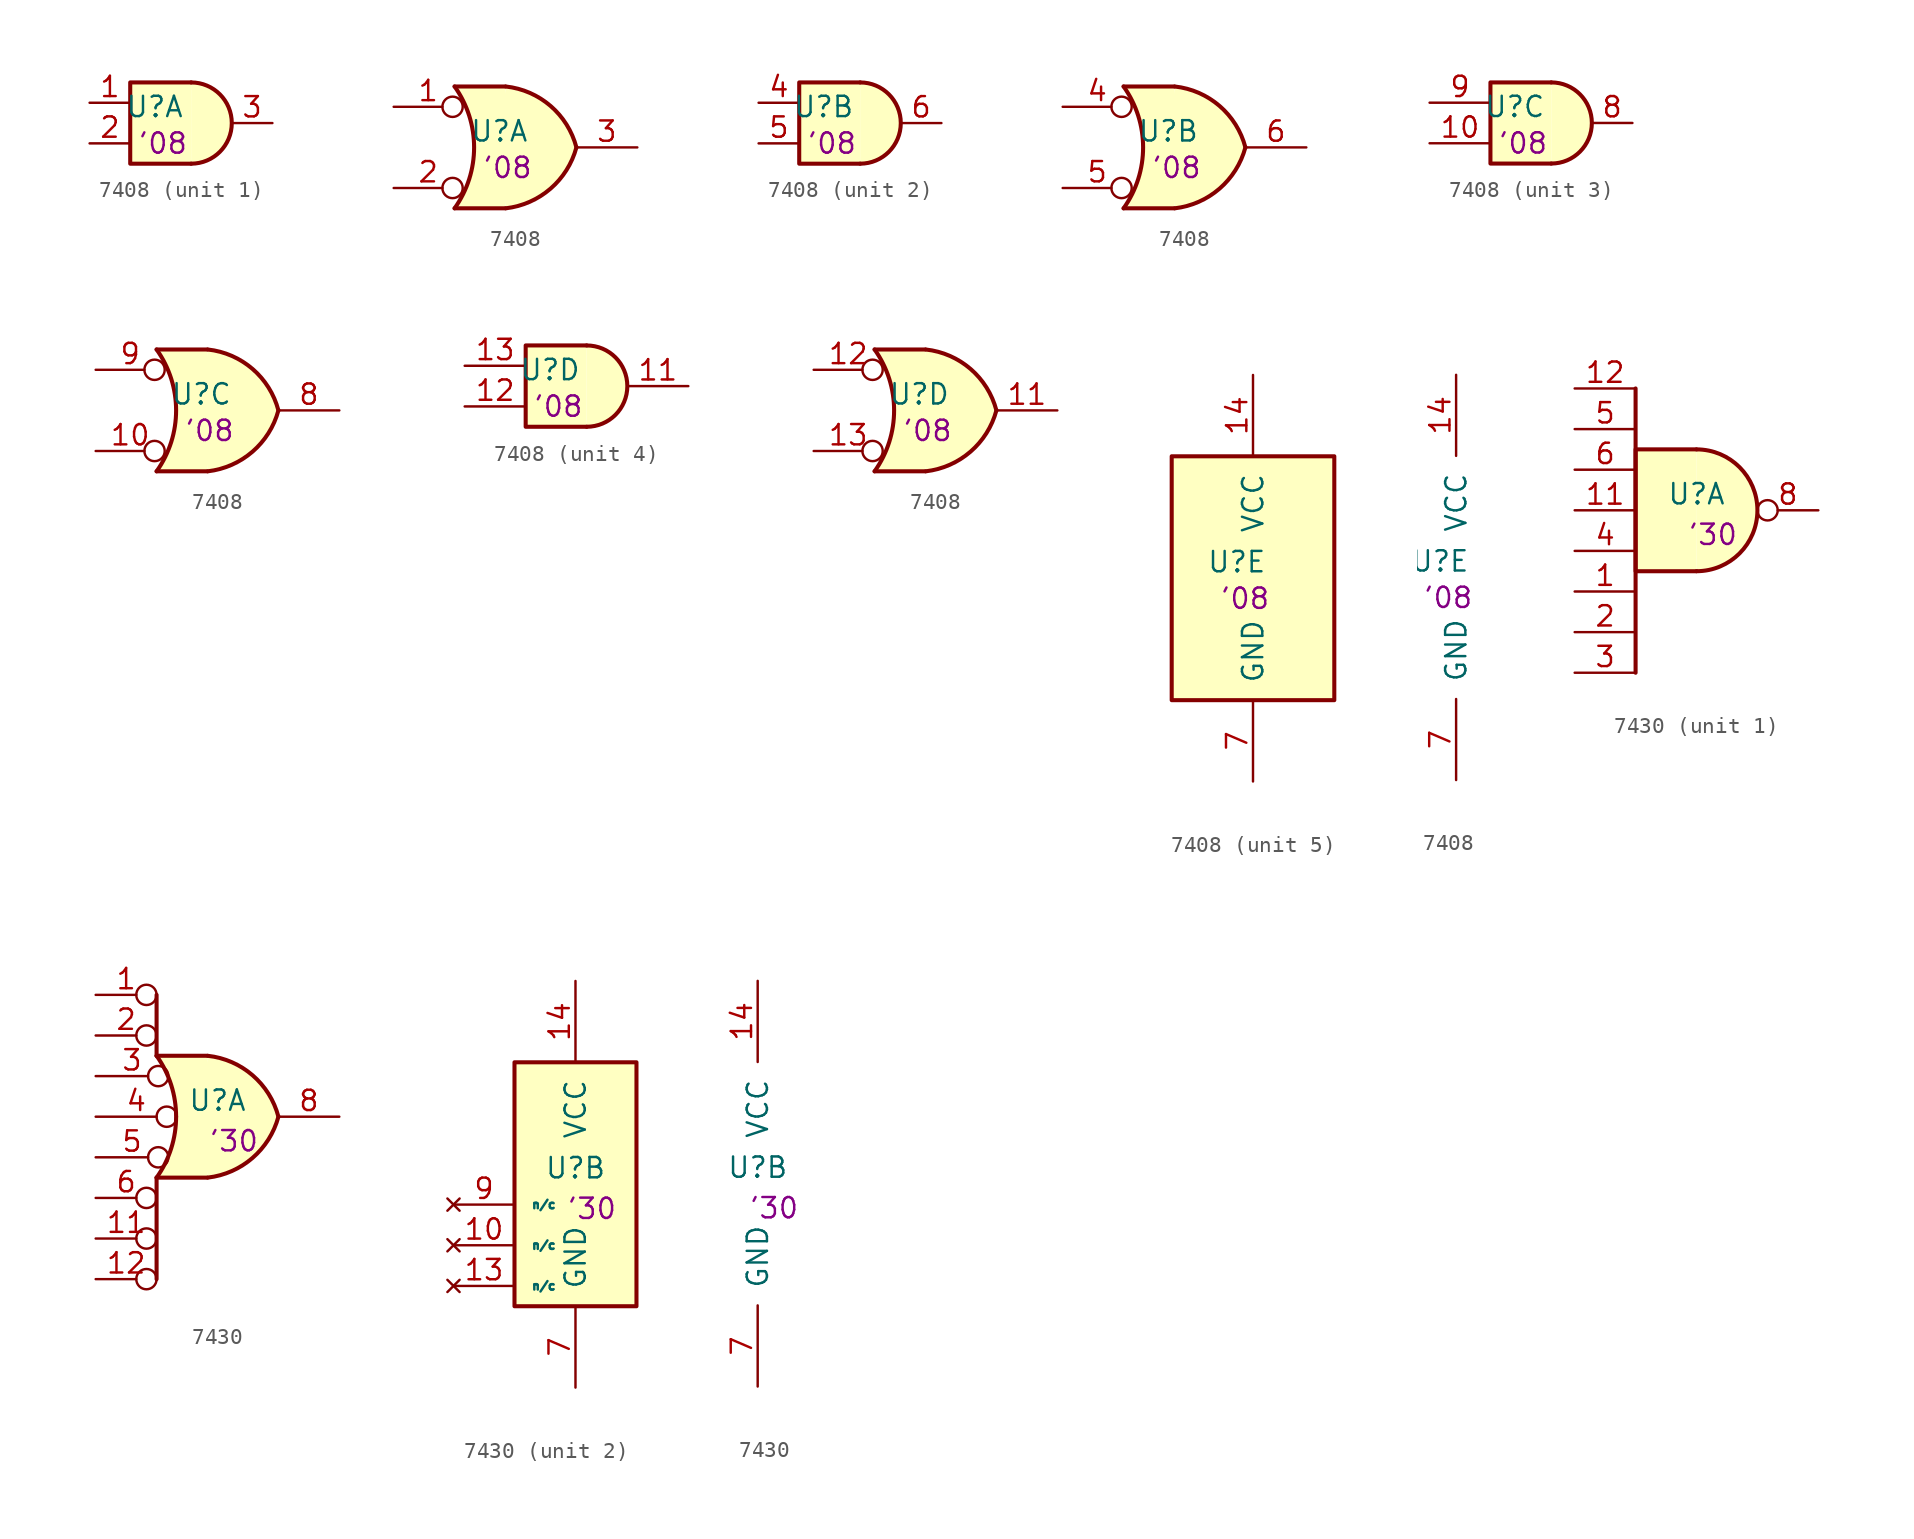
<source format=kicad_sym>
(kicad_symbol_lib
  (version 20241209)
  (generator "kicad_symbol_editor")
  (generator_version "9.0")
  (symbol "7408"
    (pin_names
      (offset 1.016))
    (property "Reference" "U"
      (at -1.016 1.016 0)
      (effects (font (size 1.27 1.27))))
    (property "Val" "'08"
      (at -0.508 -1.27 0)
      (effects (font (size 1.27 1.27))))
    (property "ki_locked" ""
      (at 0 0 0)
      (effects (font (size 1.27 1.27))))
    (symbol "7408_1_1"
      (polyline (pts (xy 1.27 2.54) (xy -2.54 2.54) (xy -2.54 -2.54) (xy 1.27 -2.54)) (stroke (width 0.254) (type default)) (fill (type background)))
      (arc (start 1.27 2.54) (mid 3.81 0) (end 1.27 -2.54) (stroke (width 0.254) (type default)) (fill (type background)))
      (pin input line (at -5.08 1.27 0) (length 2.54) (name "~" (effects (font (size 1.27 1.27)))) (number "1" (effects (font (size 1.27 1.27)))))
      (pin input line (at -5.08 -1.27 0) (length 2.54) (name "~" (effects (font (size 1.27 1.27)))) (number "2" (effects (font (size 1.27 1.27)))))
      (pin output line (at 6.35 0 180) (length 2.54) (name "~" (effects (font (size 1.27 1.27)))) (number "3" (effects (font (size 1.27 1.27))))))
    (symbol "7408_1_2"
      (arc (start -3.81 3.81) (mid -2.589 0) (end -3.81 -3.81) (stroke (width 0.254) (type default)) (fill (type none)))
      (polyline (pts (xy -3.81 3.81) (xy -0.635 3.81)) (stroke (width 0.254) (type default)) (fill (type background)))
      (polyline (pts (xy -3.81 -3.81) (xy -0.635 -3.81)) (stroke (width 0.254) (type default)) (fill (type background)))
      (arc (start 3.81 0) (mid 2.1855 -2.584) (end -0.6096 -3.81) (stroke (width 0.254) (type default)) (fill (type background)))
      (arc (start -0.6096 3.81) (mid 2.1928 2.5924) (end 3.81 0) (stroke (width 0.254) (type default)) (fill (type background)))
      (polyline (pts (xy -0.635 3.81) (xy -3.81 3.81) (xy -3.81 3.81) (xy -3.556 3.404) (xy -3.023 2.261) (xy -2.692 1.041) (xy -2.616 -0.254) (xy -2.769 -1.499) (xy -3.175 -2.718) (xy -3.81 -3.81) (xy -3.81 -3.81) (xy -0.635 -3.81)) (stroke (width -25.4) (type default)) (fill (type background)))
      (pin input inverted (at -7.62 2.54 0) (length 4.318) (name "~" (effects (font (size 1.27 1.27)))) (number "1" (effects (font (size 1.27 1.27)))))
      (pin input inverted (at -7.62 -2.54 0) (length 4.318) (name "~" (effects (font (size 1.27 1.27)))) (number "2" (effects (font (size 1.27 1.27)))))
      (pin output line (at 7.62 0 180) (length 3.81) (name "~" (effects (font (size 1.27 1.27)))) (number "3" (effects (font (size 1.27 1.27))))))
    (symbol "7408_2_1"
      (polyline (pts (xy 1.27 2.54) (xy -2.54 2.54) (xy -2.54 -2.54) (xy 1.27 -2.54)) (stroke (width 0.254) (type default)) (fill (type background)))
      (arc (start 1.27 2.54) (mid 3.81 0) (end 1.27 -2.54) (stroke (width 0.254) (type default)) (fill (type background)))
      (pin input line (at -5.08 1.27 0) (length 2.54) (name "~" (effects (font (size 1.27 1.27)))) (number "4" (effects (font (size 1.27 1.27)))))
      (pin input line (at -5.08 -1.27 0) (length 2.54) (name "~" (effects (font (size 1.27 1.27)))) (number "5" (effects (font (size 1.27 1.27)))))
      (pin output line (at 6.35 0 180) (length 2.54) (name "~" (effects (font (size 1.27 1.27)))) (number "6" (effects (font (size 1.27 1.27))))))
    (symbol "7408_2_2"
      (arc (start -3.81 3.81) (mid -2.589 0) (end -3.81 -3.81) (stroke (width 0.254) (type default)) (fill (type none)))
      (polyline (pts (xy -3.81 3.81) (xy -0.635 3.81)) (stroke (width 0.254) (type default)) (fill (type background)))
      (polyline (pts (xy -3.81 -3.81) (xy -0.635 -3.81)) (stroke (width 0.254) (type default)) (fill (type background)))
      (arc (start 3.81 0) (mid 2.1855 -2.584) (end -0.6096 -3.81) (stroke (width 0.254) (type default)) (fill (type background)))
      (arc (start -0.6096 3.81) (mid 2.1928 2.5924) (end 3.81 0) (stroke (width 0.254) (type default)) (fill (type background)))
      (polyline (pts (xy -0.635 3.81) (xy -3.81 3.81) (xy -3.81 3.81) (xy -3.556 3.404) (xy -3.023 2.261) (xy -2.692 1.041) (xy -2.616 -0.254) (xy -2.769 -1.499) (xy -3.175 -2.718) (xy -3.81 -3.81) (xy -3.81 -3.81) (xy -0.635 -3.81)) (stroke (width -25.4) (type default)) (fill (type background)))
      (pin input inverted (at -7.62 2.54 0) (length 4.318) (name "~" (effects (font (size 1.27 1.27)))) (number "4" (effects (font (size 1.27 1.27)))))
      (pin input inverted (at -7.62 -2.54 0) (length 4.318) (name "~" (effects (font (size 1.27 1.27)))) (number "5" (effects (font (size 1.27 1.27)))))
      (pin output line (at 7.62 0 180) (length 3.81) (name "~" (effects (font (size 1.27 1.27)))) (number "6" (effects (font (size 1.27 1.27))))))
    (symbol "7408_3_1"
      (polyline (pts (xy 1.27 2.54) (xy -2.54 2.54) (xy -2.54 -2.54) (xy 1.27 -2.54)) (stroke (width 0.254) (type default)) (fill (type background)))
      (arc (start 1.27 2.54) (mid 3.81 0) (end 1.27 -2.54) (stroke (width 0.254) (type default)) (fill (type background)))
      (pin input line (at -6.35 1.27 0) (length 3.81) (name "~" (effects (font (size 1.27 1.27)))) (number "9" (effects (font (size 1.27 1.27)))))
      (pin input line (at -6.35 -1.27 0) (length 3.81) (name "~" (effects (font (size 1.27 1.27)))) (number "10" (effects (font (size 1.27 1.27)))))
      (pin output line (at 6.35 0 180) (length 2.54) (name "~" (effects (font (size 1.27 1.27)))) (number "8" (effects (font (size 1.27 1.27))))))
    (symbol "7408_3_2"
      (arc (start -3.81 3.81) (mid -2.589 0) (end -3.81 -3.81) (stroke (width 0.254) (type default)) (fill (type none)))
      (polyline (pts (xy -3.81 3.81) (xy -0.635 3.81)) (stroke (width 0.254) (type default)) (fill (type background)))
      (polyline (pts (xy -3.81 -3.81) (xy -0.635 -3.81)) (stroke (width 0.254) (type default)) (fill (type background)))
      (arc (start 3.81 0) (mid 2.1855 -2.584) (end -0.6096 -3.81) (stroke (width 0.254) (type default)) (fill (type background)))
      (arc (start -0.6096 3.81) (mid 2.1928 2.5924) (end 3.81 0) (stroke (width 0.254) (type default)) (fill (type background)))
      (polyline (pts (xy -0.635 3.81) (xy -3.81 3.81) (xy -3.81 3.81) (xy -3.556 3.404) (xy -3.023 2.261) (xy -2.692 1.041) (xy -2.616 -0.254) (xy -2.769 -1.499) (xy -3.175 -2.718) (xy -3.81 -3.81) (xy -3.81 -3.81) (xy -0.635 -3.81)) (stroke (width -25.4) (type default)) (fill (type background)))
      (pin input inverted (at -7.62 2.54 0) (length 4.318) (name "~" (effects (font (size 1.27 1.27)))) (number "9" (effects (font (size 1.27 1.27)))))
      (pin input inverted (at -7.62 -2.54 0) (length 4.318) (name "~" (effects (font (size 1.27 1.27)))) (number "10" (effects (font (size 1.27 1.27)))))
      (pin output line (at 7.62 0 180) (length 3.81) (name "~" (effects (font (size 1.27 1.27)))) (number "8" (effects (font (size 1.27 1.27))))))
    (symbol "7408_4_1"
      (polyline (pts (xy 1.27 2.54) (xy -2.54 2.54) (xy -2.54 -2.54) (xy 1.27 -2.54)) (stroke (width 0.254) (type default)) (fill (type background)))
      (arc (start 1.27 2.54) (mid 3.81 0) (end 1.27 -2.54) (stroke (width 0.254) (type default)) (fill (type background)))
      (pin input line (at -6.35 1.27 0) (length 3.81) (name "~" (effects (font (size 1.27 1.27)))) (number "13" (effects (font (size 1.27 1.27)))))
      (pin input line (at -6.35 -1.27 0) (length 3.81) (name "~" (effects (font (size 1.27 1.27)))) (number "12" (effects (font (size 1.27 1.27)))))
      (pin output line (at 7.62 0 180) (length 3.81) (name "~" (effects (font (size 1.27 1.27)))) (number "11" (effects (font (size 1.27 1.27))))))
    (symbol "7408_4_2"
      (arc (start -3.81 3.81) (mid -2.589 0) (end -3.81 -3.81) (stroke (width 0.254) (type default)) (fill (type none)))
      (polyline (pts (xy -3.81 3.81) (xy -0.635 3.81)) (stroke (width 0.254) (type default)) (fill (type background)))
      (polyline (pts (xy -3.81 -3.81) (xy -0.635 -3.81)) (stroke (width 0.254) (type default)) (fill (type background)))
      (arc (start 3.81 0) (mid 2.1855 -2.584) (end -0.6096 -3.81) (stroke (width 0.254) (type default)) (fill (type background)))
      (arc (start -0.6096 3.81) (mid 2.1928 2.5924) (end 3.81 0) (stroke (width 0.254) (type default)) (fill (type background)))
      (polyline (pts (xy -0.635 3.81) (xy -3.81 3.81) (xy -3.81 3.81) (xy -3.556 3.404) (xy -3.023 2.261) (xy -2.692 1.041) (xy -2.616 -0.254) (xy -2.769 -1.499) (xy -3.175 -2.718) (xy -3.81 -3.81) (xy -3.81 -3.81) (xy -0.635 -3.81)) (stroke (width -25.4) (type default)) (fill (type background)))
      (pin input inverted (at -7.62 2.54 0) (length 4.318) (name "~" (effects (font (size 1.27 1.27)))) (number "12" (effects (font (size 1.27 1.27)))))
      (pin input inverted (at -7.62 -2.54 0) (length 4.318) (name "~" (effects (font (size 1.27 1.27)))) (number "13" (effects (font (size 1.27 1.27)))))
      (pin output line (at 7.62 0 180) (length 3.81) (name "~" (effects (font (size 1.27 1.27)))) (number "11" (effects (font (size 1.27 1.27))))))
    (symbol "7408_5_0"
      (pin power_in line (at 0 12.7 270) (length 5.08) (name "VCC" (effects (font (size 1.27 1.27)))) (number "14" (effects (font (size 1.27 1.27)))))
      (pin power_in line (at 0 -12.7 90) (length 5.08) (name "GND" (effects (font (size 1.27 1.27)))) (number "7" (effects (font (size 1.27 1.27))))))
    (symbol "7408_5_1"
      (rectangle (start -5.08 7.62) (end 5.08 -7.62) (stroke (width 0.254) (type default)) (fill (type background)))))
  (symbol "7430"
    (pin_names
      (offset 1.016))
    (property "Reference" "U"
      (at 0 1.016 0)
      (effects (font (size 1.27 1.27))))
    (property "Val" "'30"
      (at 1.016 -1.524 0)
      (effects (font (size 1.27 1.27))))
    (property "ki_locked" ""
      (at 0 0 0)
      (effects (font (size 1.27 1.27))))
    (symbol "7430_1_1"
      (polyline (pts (xy -3.81 7.62) (xy -3.81 -10.16)) (stroke (width 0.254) (type default)) (fill (type none)))
      (arc (start 0 3.81) (mid 3.7934 0) (end 0 -3.81) (stroke (width 0.254) (type default)) (fill (type background)))
      (polyline (pts (xy 0 3.81) (xy -3.81 3.81) (xy -3.81 -3.81) (xy 0 -3.81)) (stroke (width 0.254) (type default)) (fill (type background)))
      (pin input line (at -7.62 7.62 0) (length 3.81) (name "~" (effects (font (size 1.27 1.27)))) (number "12" (effects (font (size 1.27 1.27)))))
      (pin input line (at -7.62 5.08 0) (length 3.81) (name "~" (effects (font (size 1.27 1.27)))) (number "5" (effects (font (size 1.27 1.27)))))
      (pin input line (at -7.62 2.54 0) (length 3.81) (name "~" (effects (font (size 1.27 1.27)))) (number "6" (effects (font (size 1.27 1.27)))))
      (pin input line (at -7.62 0 0) (length 3.81) (name "~" (effects (font (size 1.27 1.27)))) (number "11" (effects (font (size 1.27 1.27)))))
      (pin input line (at -7.62 -2.54 0) (length 3.81) (name "~" (effects (font (size 1.27 1.27)))) (number "4" (effects (font (size 1.27 1.27)))))
      (pin input line (at -7.62 -5.08 0) (length 3.81) (name "~" (effects (font (size 1.27 1.27)))) (number "1" (effects (font (size 1.27 1.27)))))
      (pin input line (at -7.62 -7.62 0) (length 3.81) (name "~" (effects (font (size 1.27 1.27)))) (number "2" (effects (font (size 1.27 1.27)))))
      (pin input line (at -7.62 -10.16 0) (length 3.81) (name "~" (effects (font (size 1.27 1.27)))) (number "3" (effects (font (size 1.27 1.27)))))
      (pin output inverted (at 7.62 0 180) (length 3.81) (name "~" (effects (font (size 1.27 1.27)))) (number "8" (effects (font (size 1.27 1.27))))))
    (symbol "7430_1_2"
      (arc (start -3.81 3.81) (mid -2.589 0) (end -3.81 -3.81) (stroke (width 0.254) (type default)) (fill (type none)))
      (polyline (pts (xy -3.81 7.62) (xy -3.81 3.81)) (stroke (width 0.254) (type default)) (fill (type none)))
      (polyline (pts (xy -3.81 3.81) (xy -0.635 3.81)) (stroke (width 0.254) (type default)) (fill (type background)))
      (polyline (pts (xy -3.81 -3.81) (xy -3.81 -10.16)) (stroke (width 0.254) (type default)) (fill (type none)))
      (polyline (pts (xy -3.81 -3.81) (xy -0.635 -3.81)) (stroke (width 0.254) (type default)) (fill (type background)))
      (arc (start 3.81 0) (mid 2.1855 -2.584) (end -0.6096 -3.81) (stroke (width 0.254) (type default)) (fill (type background)))
      (arc (start -0.6096 3.81) (mid 2.1928 2.5924) (end 3.81 0) (stroke (width 0.254) (type default)) (fill (type background)))
      (polyline (pts (xy -0.635 3.81) (xy -3.81 3.81) (xy -3.81 3.81) (xy -3.556 3.404) (xy -3.023 2.261) (xy -2.692 1.041) (xy -2.616 -0.254) (xy -2.769 -1.499) (xy -3.175 -2.718) (xy -3.81 -3.81) (xy -3.81 -3.81) (xy -0.635 -3.81)) (stroke (width -25.4) (type default)) (fill (type background)))
      (pin input inverted (at -7.62 7.62 0) (length 3.81) (name "~" (effects (font (size 1.27 1.27)))) (number "1" (effects (font (size 1.27 1.27)))))
      (pin input inverted (at -7.62 5.08 0) (length 3.81) (name "~" (effects (font (size 1.27 1.27)))) (number "2" (effects (font (size 1.27 1.27)))))
      (pin input inverted (at -7.62 2.54 0) (length 4.547) (name "~" (effects (font (size 1.27 1.27)))) (number "3" (effects (font (size 1.27 1.27)))))
      (pin input inverted (at -7.62 0 0) (length 5.08) (name "~" (effects (font (size 1.27 1.27)))) (number "4" (effects (font (size 1.27 1.27)))))
      (pin input inverted (at -7.62 -2.54 0) (length 4.547) (name "~" (effects (font (size 1.27 1.27)))) (number "5" (effects (font (size 1.27 1.27)))))
      (pin input inverted (at -7.62 -5.08 0) (length 3.81) (name "~" (effects (font (size 1.27 1.27)))) (number "6" (effects (font (size 1.27 1.27)))))
      (pin input inverted (at -7.62 -7.62 0) (length 3.81) (name "~" (effects (font (size 1.27 1.27)))) (number "11" (effects (font (size 1.27 1.27)))))
      (pin input inverted (at -7.62 -10.16 0) (length 3.81) (name "~" (effects (font (size 1.27 1.27)))) (number "12" (effects (font (size 1.27 1.27)))))
      (pin output line (at 7.62 0 180) (length 3.81) (name "~" (effects (font (size 1.27 1.27)))) (number "8" (effects (font (size 1.27 1.27))))))
    (symbol "7430_2_0"
      (pin power_in line (at 0 12.7 270) (length 5.08) (name "VCC" (effects (font (size 1.27 1.27)))) (number "14" (effects (font (size 1.27 1.27)))))
      (pin power_in line (at 0 -12.7 90) (length 5.08) (name "GND" (effects (font (size 1.27 1.27)))) (number "7" (effects (font (size 1.27 1.27))))))
    (symbol "7430_2_1"
      (rectangle (start -3.81 7.62) (end 3.81 -7.62) (stroke (width 0.254) (type default)) (fill (type background)))
      (pin no_connect line (at -7.62 -1.27 0) (length 3.81) (name "n/c" (effects (font (size 0.508 0.508)))) (number "9" (effects (font (size 1.27 1.27)))))
      (pin no_connect line (at -7.62 -3.81 0) (length 3.81) (name "n/c" (effects (font (size 0.508 0.508)))) (number "10" (effects (font (size 1.27 1.27)))))
      (pin no_connect line (at -7.62 -6.35 0) (length 3.81) (name "n/c" (effects (font (size 0.508 0.508)))) (number "13" (effects (font (size 1.27 1.27))))))))
</source>
